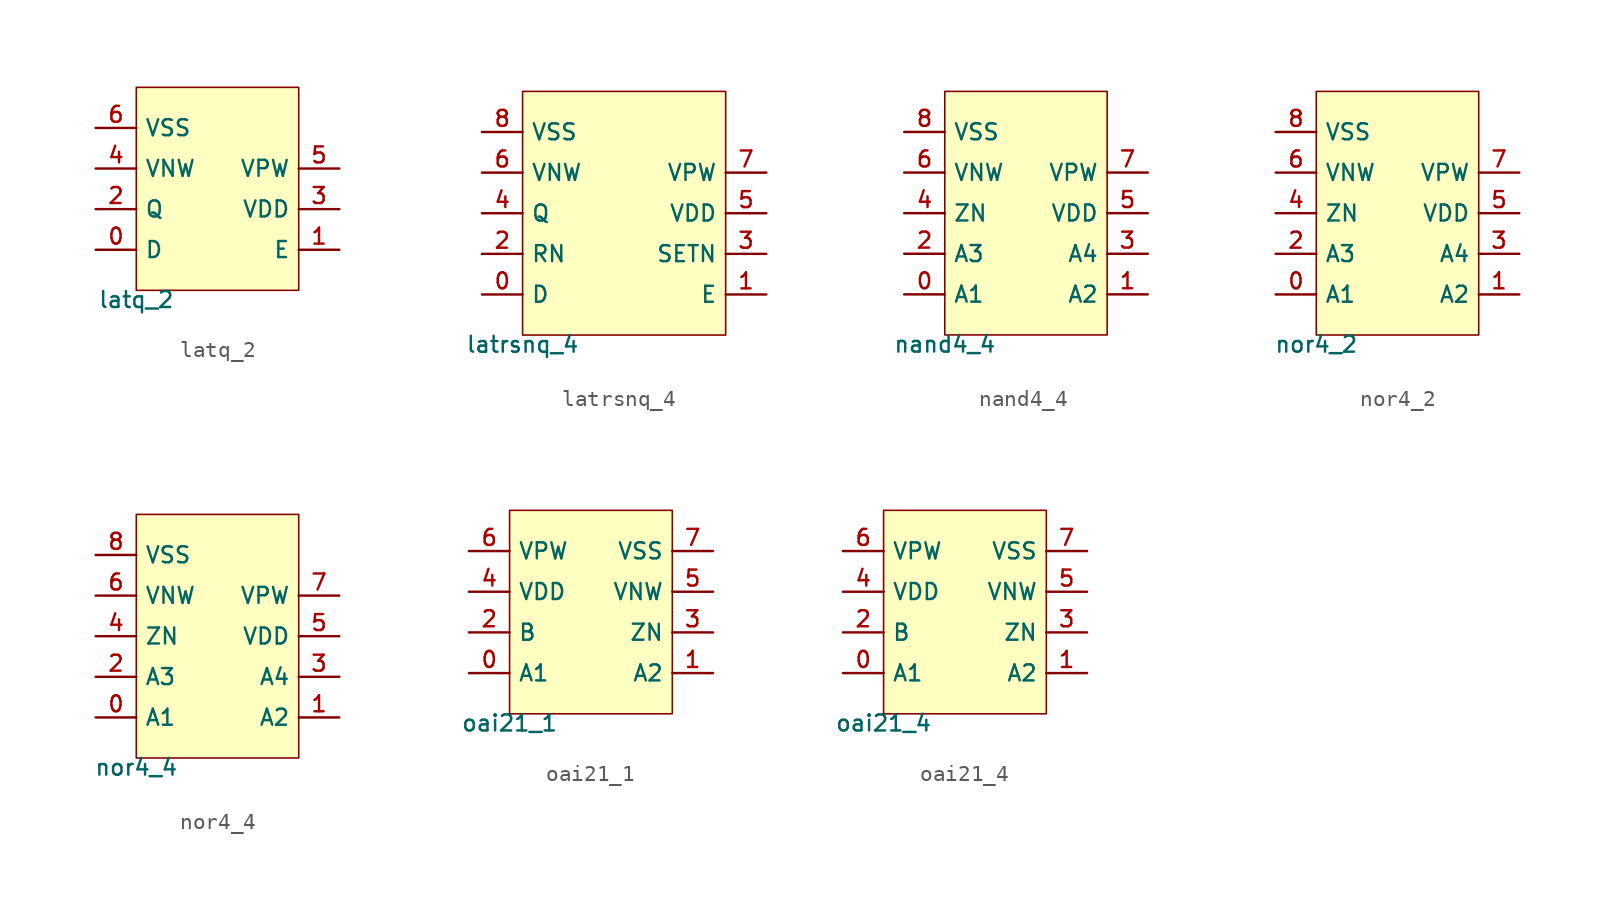
<source format=kicad_sym>
(kicad_symbol_lib
  (version 20211014)
  (generator pdk2kicad)
  (symbol "latq_2"
    (property "Reference" "X"
      (at 0 0 0)
      (effects (font (size 1 1)) hide))
    (property "Value" "latq_2"
      (at -5.08 -6.35 0)
      (effects (font (size 1 1)) (justify top)))
    (rectangle
      (start -5.08 -6.35)
      (end 5.08 6.35)
      (stroke (width 0.1) (type solid) (color 0 0 0 0))
      (fill (type background)))
    (pin bidirectional line
      (at -7.62 -3.81 0)
      (length 2.54)
      (name "D" (effects (font (size 1 1)) hide))
      (number "0" (effects (font (size 1 1)) hide)))
    (pin bidirectional line
      (at 7.62 -3.81 180)
      (length 2.54)
      (name "E" (effects (font (size 1 1)) hide))
      (number "1" (effects (font (size 1 1)) hide)))
    (pin bidirectional line
      (at -7.62 -1.27 0)
      (length 2.54)
      (name "Q" (effects (font (size 1 1)) hide))
      (number "2" (effects (font (size 1 1)) hide)))
    (pin bidirectional line
      (at 7.62 -1.27 180)
      (length 2.54)
      (name "VDD" (effects (font (size 1 1)) hide))
      (number "3" (effects (font (size 1 1)) hide)))
    (pin bidirectional line
      (at -7.62 1.27 0)
      (length 2.54)
      (name "VNW" (effects (font (size 1 1)) hide))
      (number "4" (effects (font (size 1 1)) hide)))
    (pin bidirectional line
      (at 7.62 1.27 180)
      (length 2.54)
      (name "VPW" (effects (font (size 1 1)) hide))
      (number "5" (effects (font (size 1 1)) hide)))
    (pin bidirectional line
      (at -7.62 3.81 0)
      (length 2.54)
      (name "VSS" (effects (font (size 1 1)) hide))
      (number "6" (effects (font (size 1 1)) hide))))
  (symbol "latrsnq_4"
    (property "Reference" "X"
      (at 0 0 0)
      (effects (font (size 1 1)) hide))
    (property "Value" "latrsnq_4"
      (at -6.35 -7.62 0)
      (effects (font (size 1 1)) (justify top)))
    (rectangle
      (start -6.35 -7.62)
      (end 6.35 7.62)
      (stroke (width 0.1) (type solid) (color 0 0 0 0))
      (fill (type background)))
    (pin bidirectional line
      (at -8.89 -5.08 0)
      (length 2.54)
      (name "D" (effects (font (size 1 1)) hide))
      (number "0" (effects (font (size 1 1)) hide)))
    (pin bidirectional line
      (at 8.89 -5.08 180)
      (length 2.54)
      (name "E" (effects (font (size 1 1)) hide))
      (number "1" (effects (font (size 1 1)) hide)))
    (pin bidirectional line
      (at -8.89 -2.54 0)
      (length 2.54)
      (name "RN" (effects (font (size 1 1)) hide))
      (number "2" (effects (font (size 1 1)) hide)))
    (pin bidirectional line
      (at 8.89 -2.54 180)
      (length 2.54)
      (name "SETN" (effects (font (size 1 1)) hide))
      (number "3" (effects (font (size 1 1)) hide)))
    (pin bidirectional line
      (at -8.89 8.881784197001252e-16 0)
      (length 2.54)
      (name "Q" (effects (font (size 1 1)) hide))
      (number "4" (effects (font (size 1 1)) hide)))
    (pin bidirectional line
      (at 8.89 8.881784197001252e-16 180)
      (length 2.54)
      (name "VDD" (effects (font (size 1 1)) hide))
      (number "5" (effects (font (size 1 1)) hide)))
    (pin bidirectional line
      (at -8.89 2.54 0)
      (length 2.54)
      (name "VNW" (effects (font (size 1 1)) hide))
      (number "6" (effects (font (size 1 1)) hide)))
    (pin bidirectional line
      (at 8.89 2.54 180)
      (length 2.54)
      (name "VPW" (effects (font (size 1 1)) hide))
      (number "7" (effects (font (size 1 1)) hide)))
    (pin bidirectional line
      (at -8.89 5.08 0)
      (length 2.54)
      (name "VSS" (effects (font (size 1 1)) hide))
      (number "8" (effects (font (size 1 1)) hide))))
  (symbol "nand4_4"
    (property "Reference" "X"
      (at 0 0 0)
      (effects (font (size 1 1)) hide))
    (property "Value" "nand4_4"
      (at -5.08 -7.62 0)
      (effects (font (size 1 1)) (justify top)))
    (rectangle
      (start -5.08 -7.62)
      (end 5.08 7.62)
      (stroke (width 0.1) (type solid) (color 0 0 0 0))
      (fill (type background)))
    (pin bidirectional line
      (at -7.62 -5.08 0)
      (length 2.54)
      (name "A1" (effects (font (size 1 1)) hide))
      (number "0" (effects (font (size 1 1)) hide)))
    (pin bidirectional line
      (at 7.62 -5.08 180)
      (length 2.54)
      (name "A2" (effects (font (size 1 1)) hide))
      (number "1" (effects (font (size 1 1)) hide)))
    (pin bidirectional line
      (at -7.62 -2.54 0)
      (length 2.54)
      (name "A3" (effects (font (size 1 1)) hide))
      (number "2" (effects (font (size 1 1)) hide)))
    (pin bidirectional line
      (at 7.62 -2.54 180)
      (length 2.54)
      (name "A4" (effects (font (size 1 1)) hide))
      (number "3" (effects (font (size 1 1)) hide)))
    (pin bidirectional line
      (at -7.62 8.881784197001252e-16 0)
      (length 2.54)
      (name "ZN" (effects (font (size 1 1)) hide))
      (number "4" (effects (font (size 1 1)) hide)))
    (pin bidirectional line
      (at 7.62 8.881784197001252e-16 180)
      (length 2.54)
      (name "VDD" (effects (font (size 1 1)) hide))
      (number "5" (effects (font (size 1 1)) hide)))
    (pin bidirectional line
      (at -7.62 2.54 0)
      (length 2.54)
      (name "VNW" (effects (font (size 1 1)) hide))
      (number "6" (effects (font (size 1 1)) hide)))
    (pin bidirectional line
      (at 7.62 2.54 180)
      (length 2.54)
      (name "VPW" (effects (font (size 1 1)) hide))
      (number "7" (effects (font (size 1 1)) hide)))
    (pin bidirectional line
      (at -7.62 5.08 0)
      (length 2.54)
      (name "VSS" (effects (font (size 1 1)) hide))
      (number "8" (effects (font (size 1 1)) hide))))
  (symbol "nor4_2"
    (property "Reference" "X"
      (at 0 0 0)
      (effects (font (size 1 1)) hide))
    (property "Value" "nor4_2"
      (at -5.08 -7.62 0)
      (effects (font (size 1 1)) (justify top)))
    (rectangle
      (start -5.08 -7.62)
      (end 5.08 7.62)
      (stroke (width 0.1) (type solid) (color 0 0 0 0))
      (fill (type background)))
    (pin bidirectional line
      (at -7.62 -5.08 0)
      (length 2.54)
      (name "A1" (effects (font (size 1 1)) hide))
      (number "0" (effects (font (size 1 1)) hide)))
    (pin bidirectional line
      (at 7.62 -5.08 180)
      (length 2.54)
      (name "A2" (effects (font (size 1 1)) hide))
      (number "1" (effects (font (size 1 1)) hide)))
    (pin bidirectional line
      (at -7.62 -2.54 0)
      (length 2.54)
      (name "A3" (effects (font (size 1 1)) hide))
      (number "2" (effects (font (size 1 1)) hide)))
    (pin bidirectional line
      (at 7.62 -2.54 180)
      (length 2.54)
      (name "A4" (effects (font (size 1 1)) hide))
      (number "3" (effects (font (size 1 1)) hide)))
    (pin bidirectional line
      (at -7.62 8.881784197001252e-16 0)
      (length 2.54)
      (name "ZN" (effects (font (size 1 1)) hide))
      (number "4" (effects (font (size 1 1)) hide)))
    (pin bidirectional line
      (at 7.62 8.881784197001252e-16 180)
      (length 2.54)
      (name "VDD" (effects (font (size 1 1)) hide))
      (number "5" (effects (font (size 1 1)) hide)))
    (pin bidirectional line
      (at -7.62 2.54 0)
      (length 2.54)
      (name "VNW" (effects (font (size 1 1)) hide))
      (number "6" (effects (font (size 1 1)) hide)))
    (pin bidirectional line
      (at 7.62 2.54 180)
      (length 2.54)
      (name "VPW" (effects (font (size 1 1)) hide))
      (number "7" (effects (font (size 1 1)) hide)))
    (pin bidirectional line
      (at -7.62 5.08 0)
      (length 2.54)
      (name "VSS" (effects (font (size 1 1)) hide))
      (number "8" (effects (font (size 1 1)) hide))))
  (symbol "nor4_4"
    (property "Reference" "X"
      (at 0 0 0)
      (effects (font (size 1 1)) hide))
    (property "Value" "nor4_4"
      (at -5.08 -7.62 0)
      (effects (font (size 1 1)) (justify top)))
    (rectangle
      (start -5.08 -7.62)
      (end 5.08 7.62)
      (stroke (width 0.1) (type solid) (color 0 0 0 0))
      (fill (type background)))
    (pin bidirectional line
      (at -7.62 -5.08 0)
      (length 2.54)
      (name "A1" (effects (font (size 1 1)) hide))
      (number "0" (effects (font (size 1 1)) hide)))
    (pin bidirectional line
      (at 7.62 -5.08 180)
      (length 2.54)
      (name "A2" (effects (font (size 1 1)) hide))
      (number "1" (effects (font (size 1 1)) hide)))
    (pin bidirectional line
      (at -7.62 -2.54 0)
      (length 2.54)
      (name "A3" (effects (font (size 1 1)) hide))
      (number "2" (effects (font (size 1 1)) hide)))
    (pin bidirectional line
      (at 7.62 -2.54 180)
      (length 2.54)
      (name "A4" (effects (font (size 1 1)) hide))
      (number "3" (effects (font (size 1 1)) hide)))
    (pin bidirectional line
      (at -7.62 8.881784197001252e-16 0)
      (length 2.54)
      (name "ZN" (effects (font (size 1 1)) hide))
      (number "4" (effects (font (size 1 1)) hide)))
    (pin bidirectional line
      (at 7.62 8.881784197001252e-16 180)
      (length 2.54)
      (name "VDD" (effects (font (size 1 1)) hide))
      (number "5" (effects (font (size 1 1)) hide)))
    (pin bidirectional line
      (at -7.62 2.54 0)
      (length 2.54)
      (name "VNW" (effects (font (size 1 1)) hide))
      (number "6" (effects (font (size 1 1)) hide)))
    (pin bidirectional line
      (at 7.62 2.54 180)
      (length 2.54)
      (name "VPW" (effects (font (size 1 1)) hide))
      (number "7" (effects (font (size 1 1)) hide)))
    (pin bidirectional line
      (at -7.62 5.08 0)
      (length 2.54)
      (name "VSS" (effects (font (size 1 1)) hide))
      (number "8" (effects (font (size 1 1)) hide))))
  (symbol "oai21_1"
    (property "Reference" "X"
      (at 0 0 0)
      (effects (font (size 1 1)) hide))
    (property "Value" "oai21_1"
      (at -5.08 -6.35 0)
      (effects (font (size 1 1)) (justify top)))
    (rectangle
      (start -5.08 -6.35)
      (end 5.08 6.35)
      (stroke (width 0.1) (type solid) (color 0 0 0 0))
      (fill (type background)))
    (pin bidirectional line
      (at -7.62 -3.81 0)
      (length 2.54)
      (name "A1" (effects (font (size 1 1)) hide))
      (number "0" (effects (font (size 1 1)) hide)))
    (pin bidirectional line
      (at 7.62 -3.81 180)
      (length 2.54)
      (name "A2" (effects (font (size 1 1)) hide))
      (number "1" (effects (font (size 1 1)) hide)))
    (pin bidirectional line
      (at -7.62 -1.27 0)
      (length 2.54)
      (name "B" (effects (font (size 1 1)) hide))
      (number "2" (effects (font (size 1 1)) hide)))
    (pin bidirectional line
      (at 7.62 -1.27 180)
      (length 2.54)
      (name "ZN" (effects (font (size 1 1)) hide))
      (number "3" (effects (font (size 1 1)) hide)))
    (pin bidirectional line
      (at -7.62 1.27 0)
      (length 2.54)
      (name "VDD" (effects (font (size 1 1)) hide))
      (number "4" (effects (font (size 1 1)) hide)))
    (pin bidirectional line
      (at 7.62 1.27 180)
      (length 2.54)
      (name "VNW" (effects (font (size 1 1)) hide))
      (number "5" (effects (font (size 1 1)) hide)))
    (pin bidirectional line
      (at -7.62 3.81 0)
      (length 2.54)
      (name "VPW" (effects (font (size 1 1)) hide))
      (number "6" (effects (font (size 1 1)) hide)))
    (pin bidirectional line
      (at 7.62 3.81 180)
      (length 2.54)
      (name "VSS" (effects (font (size 1 1)) hide))
      (number "7" (effects (font (size 1 1)) hide))))
  (symbol "oai21_4"
    (property "Reference" "X"
      (at 0 0 0)
      (effects (font (size 1 1)) hide))
    (property "Value" "oai21_4"
      (at -5.08 -6.35 0)
      (effects (font (size 1 1)) (justify top)))
    (rectangle
      (start -5.08 -6.35)
      (end 5.08 6.35)
      (stroke (width 0.1) (type solid) (color 0 0 0 0))
      (fill (type background)))
    (pin bidirectional line
      (at -7.62 -3.81 0)
      (length 2.54)
      (name "A1" (effects (font (size 1 1)) hide))
      (number "0" (effects (font (size 1 1)) hide)))
    (pin bidirectional line
      (at 7.62 -3.81 180)
      (length 2.54)
      (name "A2" (effects (font (size 1 1)) hide))
      (number "1" (effects (font (size 1 1)) hide)))
    (pin bidirectional line
      (at -7.62 -1.27 0)
      (length 2.54)
      (name "B" (effects (font (size 1 1)) hide))
      (number "2" (effects (font (size 1 1)) hide)))
    (pin bidirectional line
      (at 7.62 -1.27 180)
      (length 2.54)
      (name "ZN" (effects (font (size 1 1)) hide))
      (number "3" (effects (font (size 1 1)) hide)))
    (pin bidirectional line
      (at -7.62 1.27 0)
      (length 2.54)
      (name "VDD" (effects (font (size 1 1)) hide))
      (number "4" (effects (font (size 1 1)) hide)))
    (pin bidirectional line
      (at 7.62 1.27 180)
      (length 2.54)
      (name "VNW" (effects (font (size 1 1)) hide))
      (number "5" (effects (font (size 1 1)) hide)))
    (pin bidirectional line
      (at -7.62 3.81 0)
      (length 2.54)
      (name "VPW" (effects (font (size 1 1)) hide))
      (number "6" (effects (font (size 1 1)) hide)))
    (pin bidirectional line
      (at 7.62 3.81 180)
      (length 2.54)
      (name "VSS" (effects (font (size 1 1)) hide))
      (number "7" (effects (font (size 1 1)) hide)))))
</source>
